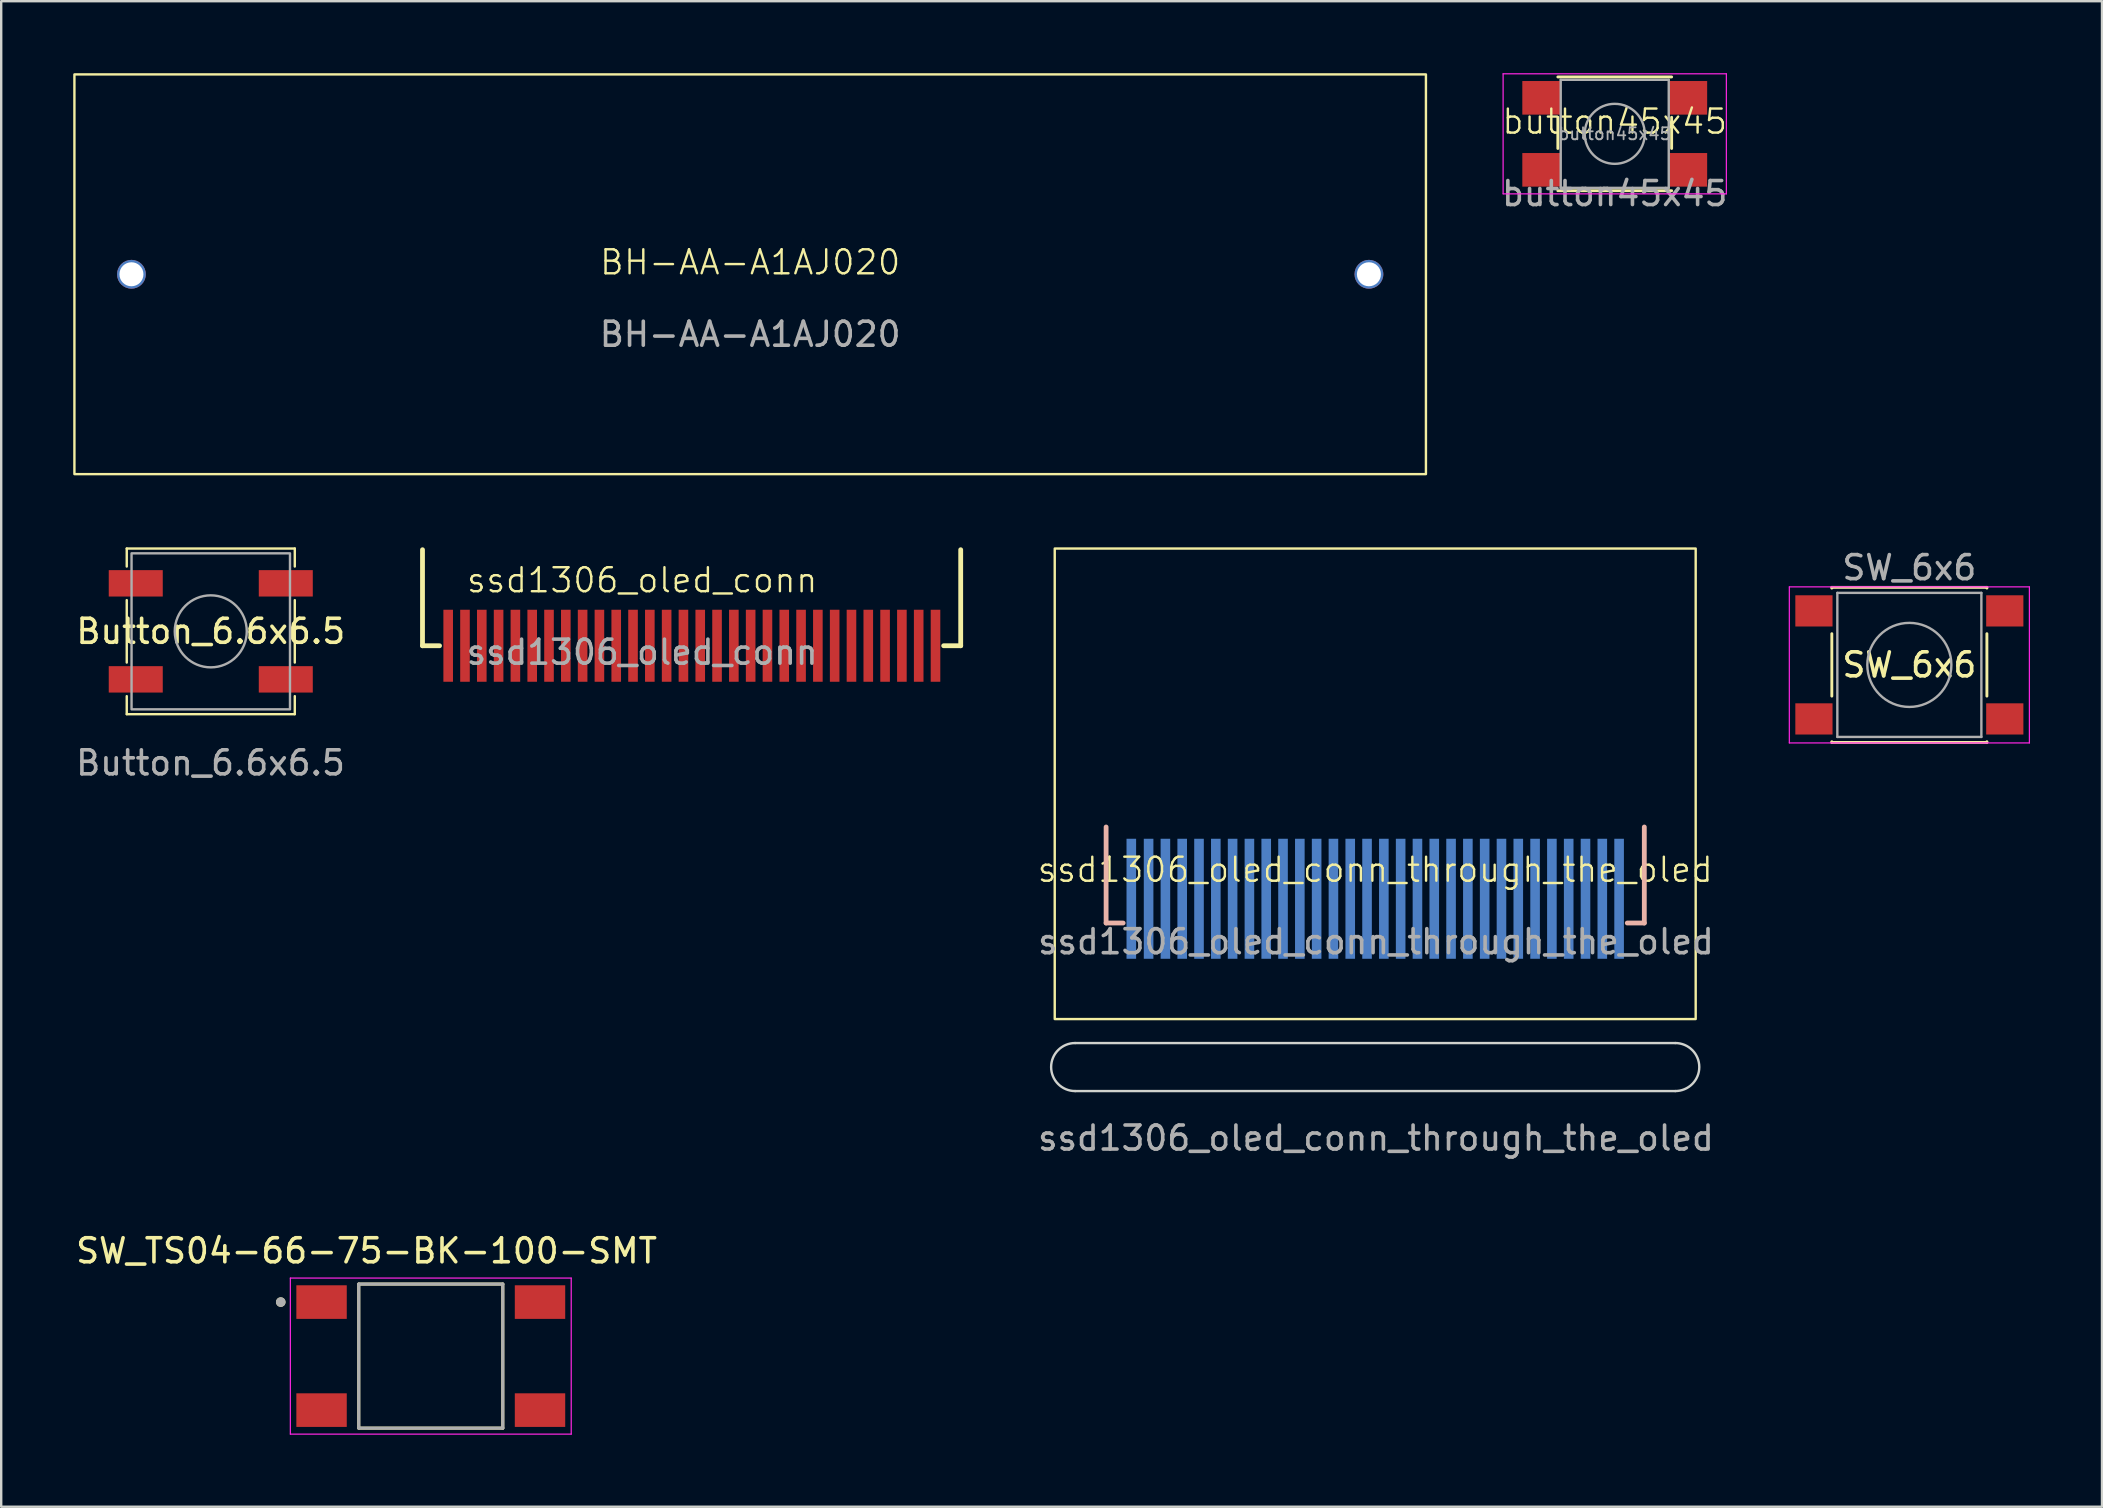
<source format=kicad_pcb>
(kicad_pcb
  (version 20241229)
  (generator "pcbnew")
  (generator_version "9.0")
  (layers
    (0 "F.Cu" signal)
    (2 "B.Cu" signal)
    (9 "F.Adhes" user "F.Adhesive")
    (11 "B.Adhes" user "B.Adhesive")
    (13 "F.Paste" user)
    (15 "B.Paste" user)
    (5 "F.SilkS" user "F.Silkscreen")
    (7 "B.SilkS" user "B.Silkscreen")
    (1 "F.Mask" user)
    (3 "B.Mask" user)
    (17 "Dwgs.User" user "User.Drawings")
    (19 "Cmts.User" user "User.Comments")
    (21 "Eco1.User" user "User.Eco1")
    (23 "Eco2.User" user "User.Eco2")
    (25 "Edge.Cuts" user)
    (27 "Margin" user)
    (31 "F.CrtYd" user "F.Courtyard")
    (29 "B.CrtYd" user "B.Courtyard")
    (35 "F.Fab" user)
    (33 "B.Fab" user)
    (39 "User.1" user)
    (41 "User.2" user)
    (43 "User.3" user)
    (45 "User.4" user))
  (footprint "button45x45"
    (layer "F.Cu")
    (at 64.215 2.515)
    (property "Reference" "button45x45" (at 0 -0.5 0) (unlocked yes) (layer "F.SilkS") (effects (font (size 1 1) (thickness 0.1))))
    (attr smd)
    (fp_line (start -2.37 -2.36) (end 2.37 -2.36) (stroke (width 0.12) (type solid)) (layer "F.SilkS"))
    (fp_line (start -2.37 0.62) (end -2.37 -0.68) (stroke (width 0.12) (type solid)) (layer "F.SilkS"))
    (fp_line (start -2.37 2.38) (end 2.37 2.38) (stroke (width 0.12) (type solid)) (layer "F.SilkS"))
    (fp_line (start 2.37 0.62) (end 2.37 -0.68) (stroke (width 0.12) (type solid)) (layer "F.SilkS"))
    (fp_line (start -4.65 -2.49) (end 4.65 -2.49) (stroke (width 0.05) (type solid)) (layer "F.CrtYd"))
    (fp_line (start -4.65 2.51) (end -4.65 -2.49) (stroke (width 0.05) (type solid)) (layer "F.CrtYd"))
    (fp_line (start 4.65 -2.49) (end 4.65 2.51) (stroke (width 0.05) (type solid)) (layer "F.CrtYd"))
    (fp_line (start 4.65 2.51) (end -4.65 2.51) (stroke (width 0.05) (type solid)) (layer "F.CrtYd"))
    (fp_line (start -2.25 -2.24) (end 2.25 -2.24) (stroke (width 0.1) (type solid)) (layer "F.Fab"))
    (fp_line (start -2.25 2.26) (end -2.25 -2.24) (stroke (width 0.1) (type solid)) (layer "F.Fab"))
    (fp_line (start 2.25 -2.24) (end 2.25 2.26) (stroke (width 0.1) (type solid)) (layer "F.Fab"))
    (fp_line (start 2.25 2.26) (end -2.25 2.26) (stroke (width 0.1) (type solid)) (layer "F.Fab"))
    (fp_circle (center 0 0.01) (end 1.25 0.01) (stroke (width 0.1) (type solid)) (fill no) (layer "F.Fab"))
    (fp_text user "${REFERENCE}" (at 0 2.5 0) (unlocked yes) (layer "F.Fab") (effects (font (size 1 1) (thickness 0.15))))
    (fp_text user "${REFERENCE}" (at 0 0.01 0) (layer "F.Fab") (effects (font (size 0.5 0.5) (thickness 0.075))))
    (pad "1" smd rect (at -3.05 -1.49) (size 1.6 1.4) (layers "F.Cu" "F.Mask" "F.Paste"))
    (pad "1" smd rect (at 3.05 -1.49) (size 1.6 1.4) (layers "F.Cu" "F.Mask" "F.Paste"))
    (pad "2" smd rect (at -3.05 1.51) (size 1.6 1.4) (layers "F.Cu" "F.Mask" "F.Paste"))
    (pad "2" smd rect (at 3.05 1.51) (size 1.6 1.4) (layers "F.Cu" "F.Mask" "F.Paste")))
  (footprint "SW_6x6"
    (layer "F.Cu")
    (at 76.488 24.648)
    (property "Reference" "SW_6x6" (at 0 0 180) (layer "F.SilkS") (effects (font (size 1 1) (thickness 0.15))))
    (attr smd)
    (fp_line (start -3.23 -3.23) (end 3.23 -3.23) (stroke (width 0.12) (type solid)) (layer "F.SilkS"))
    (fp_line (start -3.23 -3.2) (end -3.23 -3.23) (stroke (width 0.12) (type solid)) (layer "F.SilkS"))
    (fp_line (start -3.23 -1.3) (end -3.23 1.3) (stroke (width 0.12) (type solid)) (layer "F.SilkS"))
    (fp_line (start -3.23 3.23) (end -3.23 3.2) (stroke (width 0.12) (type solid)) (layer "F.SilkS"))
    (fp_line (start -3.23 3.23) (end 3.23 3.23) (stroke (width 0.12) (type solid)) (layer "F.SilkS"))
    (fp_line (start 3.23 -3.23) (end 3.23 -3.2) (stroke (width 0.12) (type solid)) (layer "F.SilkS"))
    (fp_line (start 3.23 -1.3) (end 3.23 1.3) (stroke (width 0.12) (type solid)) (layer "F.SilkS"))
    (fp_line (start 3.23 3.23) (end 3.23 3.2) (stroke (width 0.12) (type solid)) (layer "F.SilkS"))
    (fp_line (start -5 -3.25) (end -5 3.25) (stroke (width 0.05) (type solid)) (layer "F.CrtYd"))
    (fp_line (start -5 -3.25) (end 5 -3.25) (stroke (width 0.05) (type solid)) (layer "F.CrtYd"))
    (fp_line (start -5 3.25) (end 5 3.25) (stroke (width 0.05) (type solid)) (layer "F.CrtYd"))
    (fp_line (start 5 3.25) (end 5 -3.25) (stroke (width 0.05) (type solid)) (layer "F.CrtYd"))
    (fp_line (start -3 -3) (end -3 3) (stroke (width 0.1) (type solid)) (layer "F.Fab"))
    (fp_line (start -3 3) (end 3 3) (stroke (width 0.1) (type solid)) (layer "F.Fab"))
    (fp_line (start 3 -3) (end -3 -3) (stroke (width 0.1) (type solid)) (layer "F.Fab"))
    (fp_line (start 3 3) (end 3 -3) (stroke (width 0.1) (type solid)) (layer "F.Fab"))
    (fp_circle (center 0 0) (end 1.75 -0.05) (stroke (width 0.1) (type solid)) (fill no) (layer "F.Fab"))
    (fp_text user "${REFERENCE}" (at 0 -4.05 180) (layer "F.Fab") (effects (font (size 1 1) (thickness 0.15))))
    (pad "1" smd rect (at -3.975 -2.25) (size 1.55 1.3) (layers "F.Cu" "F.Mask" "F.Paste"))
    (pad "1" smd rect (at 3.975 -2.25) (size 1.55 1.3) (layers "F.Cu" "F.Mask" "F.Paste"))
    (pad "2" smd rect (at -3.975 2.25) (size 1.55 1.3) (layers "F.Cu" "F.Mask" "F.Paste"))
    (pad "2" smd rect (at 3.975 2.25) (size 1.55 1.3) (layers "F.Cu" "F.Mask" "F.Paste")))
  (footprint "Button_6.6x6.5"
    (layer "F.Cu")
    (at 5.73 23.25)
    (property "Reference" "Button_6.6x6.5" (at 0 0 0) (unlocked yes) (layer "F.SilkS") (effects (font (size 1 1) (thickness 0.15))))
    (attr smd)
    (fp_line (start -3.5 -3.45) (end 3.5 -3.45) (stroke (width 0.1) (type default)) (layer "F.SilkS"))
    (fp_line (start -3.5 -2.7) (end -3.5 -3.45) (stroke (width 0.1) (type default)) (layer "F.SilkS"))
    (fp_line (start -3.5 -1.3) (end -3.5 1.3) (stroke (width 0.1) (type default)) (layer "F.SilkS"))
    (fp_line (start -3.5 2.7) (end -3.5 3.45) (stroke (width 0.1) (type default)) (layer "F.SilkS"))
    (fp_line (start -3.5 3.45) (end 3.5 3.45) (stroke (width 0.1) (type default)) (layer "F.SilkS"))
    (fp_line (start 3.5 -3.45) (end 3.5 -2.7) (stroke (width 0.1) (type default)) (layer "F.SilkS"))
    (fp_line (start 3.5 -1.3) (end 3.5 1.3) (stroke (width 0.1) (type default)) (layer "F.SilkS"))
    (fp_line (start 3.5 3.45) (end 3.5 2.7) (stroke (width 0.1) (type default)) (layer "F.SilkS"))
    (fp_rect (start -3.3 -3.25) (end 3.3 3.25) (stroke (width 0.1) (type default)) (fill no) (layer "F.Fab"))
    (fp_circle (center 0 0) (end 1.5 0) (stroke (width 0.1) (type default)) (fill no) (layer "F.Fab"))
    (fp_text user "${REFERENCE}" (at -0.01 5.48 0) (unlocked yes) (layer "F.Fab") (effects (font (size 1 1) (thickness 0.15))))
    (pad "1" smd rect (at -3.125 -2) (size 2.25 1.1) (layers "F.Cu" "F.Mask" "F.Paste"))
    (pad "1" smd rect (at 3.125 -2) (size 2.25 1.1) (layers "F.Cu" "F.Mask" "F.Paste"))
    (pad "2" smd rect (at -3.125 2) (size 2.25 1.1) (layers "F.Cu" "F.Mask" "F.Paste"))
    (pad "2" smd rect (at 3.125 2) (size 2.25 1.1) (layers "F.Cu" "F.Mask" "F.Paste")))
  (footprint "ssd1306_oled_conn_through_the_oled"
    (layer "F.Cu")
    (at 54.267 33.68)
    (property "Reference" "ssd1306_oled_conn_through_the_oled" (at -0.03 -0.5 0) (unlocked yes) (layer "F.SilkS") (effects (font (size 1 1) (thickness 0.1))))
    (attr smd)
    (fp_rect (start -13.38 -13.88) (end 13.32 5.72) (stroke (width 0.1) (type default)) (fill no) (layer "F.SilkS"))
    (fp_line (start -11.24 1.72) (end -11.24 -2.28) (stroke (width 0.2) (type default)) (layer "B.SilkS"))
    (fp_line (start -10.53 1.72) (end -11.24 1.72) (stroke (width 0.2) (type default)) (layer "B.SilkS"))
    (fp_line (start 10.47 1.72) (end 11.18 1.72) (stroke (width 0.2) (type default)) (layer "B.SilkS"))
    (fp_line (start 11.18 1.72) (end 11.18 -2.28) (stroke (width 0.2) (type default)) (layer "B.SilkS"))
    (fp_line (start -12.53 6.72) (end 12.47 6.72) (stroke (width 0.1) (type default)) (layer "Edge.Cuts"))
    (fp_line (start 12.47 8.72) (end -12.53 8.72) (stroke (width 0.1) (type default)) (layer "Edge.Cuts"))
    (fp_arc (start -12.53 8.72) (mid -13.53 7.72) (end -12.53 6.72) (stroke (width 0.1) (type default)) (layer "Edge.Cuts"))
    (fp_arc (start 12.47 6.72) (mid 13.47 7.72) (end 12.47 8.72) (stroke (width 0.1) (type default)) (layer "Edge.Cuts"))
    (fp_text user "${REFERENCE}" (at 0 10.68 0) (unlocked yes) (layer "F.Fab") (effects (font (size 1 1) (thickness 0.15))))
    (fp_text user "${REFERENCE}" (at 0 2.5 0) (unlocked yes) (layer "F.Fab") (effects (font (size 1 1) (thickness 0.15))))
    (pad "1" smd rect (at -10.19 0.71) (size 0.4 5) (layers "B.Cu" "B.Mask" "B.Paste"))
    (pad "2" smd rect (at -9.47 0.71) (size 0.4 5) (layers "B.Cu" "B.Mask" "B.Paste"))
    (pad "3" smd rect (at -8.77 0.71) (size 0.4 5) (layers "B.Cu" "B.Mask" "B.Paste"))
    (pad "4" smd rect (at -8.07 0.71) (size 0.4 5) (layers "B.Cu" "B.Mask" "B.Paste"))
    (pad "5" smd rect (at -7.37 0.71) (size 0.4 5) (layers "B.Cu" "B.Mask" "B.Paste"))
    (pad "6" smd rect (at -6.67 0.71) (size 0.4 5) (layers "B.Cu" "B.Mask" "B.Paste"))
    (pad "7" smd rect (at -5.97 0.71) (size 0.4 5) (layers "B.Cu" "B.Mask" "B.Paste"))
    (pad "8" smd rect (at -5.27 0.71) (size 0.4 5) (layers "B.Cu" "B.Mask" "B.Paste"))
    (pad "9" smd rect (at -4.57 0.71) (size 0.4 5) (layers "B.Cu" "B.Mask" "B.Paste"))
    (pad "10" smd rect (at -3.87 0.71) (size 0.4 5) (layers "B.Cu" "B.Mask" "B.Paste"))
    (pad "11" smd rect (at -3.17 0.71) (size 0.4 5) (layers "B.Cu" "B.Mask" "B.Paste"))
    (pad "12" smd rect (at -2.47 0.71) (size 0.4 5) (layers "B.Cu" "B.Mask" "B.Paste"))
    (pad "13" smd rect (at -1.77 0.71) (size 0.4 5) (layers "B.Cu" "B.Mask" "B.Paste"))
    (pad "14" smd rect (at -1.07 0.71) (size 0.4 5) (layers "B.Cu" "B.Mask" "B.Paste"))
    (pad "15" smd rect (at -0.37 0.71) (size 0.4 5) (layers "B.Cu" "B.Mask" "B.Paste"))
    (pad "16" smd rect (at 0.33 0.71) (size 0.4 5) (layers "B.Cu" "B.Mask" "B.Paste"))
    (pad "17" smd rect (at 1.03 0.71) (size 0.4 5) (layers "B.Cu" "B.Mask" "B.Paste"))
    (pad "18" smd rect (at 1.73 0.71) (size 0.4 5) (layers "B.Cu" "B.Mask" "B.Paste"))
    (pad "19" smd rect (at 2.43 0.71) (size 0.4 5) (layers "B.Cu" "B.Mask" "B.Paste"))
    (pad "20" smd rect (at 3.13 0.71) (size 0.4 5) (layers "B.Cu" "B.Mask" "B.Paste"))
    (pad "21" smd rect (at 3.83 0.71) (size 0.4 5) (layers "B.Cu" "B.Mask" "B.Paste"))
    (pad "22" smd rect (at 4.53 0.71) (size 0.4 5) (layers "B.Cu" "B.Mask" "B.Paste"))
    (pad "23" smd rect (at 5.23 0.71) (size 0.4 5) (layers "B.Cu" "B.Mask" "B.Paste"))
    (pad "24" smd rect (at 5.93 0.71) (size 0.4 5) (layers "B.Cu" "B.Mask" "B.Paste"))
    (pad "25" smd rect (at 6.63 0.71) (size 0.4 5) (layers "B.Cu" "B.Mask" "B.Paste"))
    (pad "26" smd rect (at 7.33 0.71) (size 0.4 5) (layers "B.Cu" "B.Mask" "B.Paste"))
    (pad "27" smd rect (at 8.03 0.71) (size 0.4 5) (layers "B.Cu" "B.Mask" "B.Paste"))
    (pad "28" smd rect (at 8.73 0.71) (size 0.4 5) (layers "B.Cu" "B.Mask" "B.Paste"))
    (pad "29" smd rect (at 9.43 0.71) (size 0.4 5) (layers "B.Cu" "B.Mask" "B.Paste"))
    (pad "30" smd rect (at 10.13 0.71) (size 0.4 5) (layers "B.Cu" "B.Mask" "B.Paste")))
  (footprint "BH-AA-A1AJ020"
    (layer "F.Cu")
    (at 28.2 8.375)
    (property "Reference" "BH-AA-A1AJ020" (at 0 -0.5 0) (unlocked yes) (layer "F.SilkS") (effects (font (size 1 1) (thickness 0.1))))
    (attr smd)
    (fp_rect (start -28.15 -8.325) (end 28.15 8.325) (stroke (width 0.1) (type default)) (fill no) (layer "F.SilkS"))
    (fp_text user "${REFERENCE}" (at 0 2.5 0) (unlocked yes) (layer "F.Fab") (effects (font (size 1 1) (thickness 0.15))))
    (pad "1" thru_hole circle (at 25.775 0) (size 1.2 1.2) (drill 1) (layers "*.Cu" "*.Mask"))
    (pad "2" thru_hole circle (at -25.775 0) (size 1.2 1.2) (drill 1) (layers "*.Cu" "*.Mask")))
  (footprint "SW_TS04-66-75-BK-100-SMT"
    (layer "F.Cu")
    (at 14.895 53.441)
    (property "Reference" "SW_TS04-66-75-BK-100-SMT" (at -2.675 -4.385 0) (layer "F.SilkS") (effects (font (size 1 1) (thickness 0.15))))
    (attr smd)
    (fp_line (start -3 -3) (end -3 3) (stroke (width 0.127) (type solid)) (layer "F.SilkS"))
    (fp_line (start -3 3) (end 3 3) (stroke (width 0.127) (type solid)) (layer "F.SilkS"))
    (fp_line (start 3 -3) (end -3 -3) (stroke (width 0.127) (type solid)) (layer "F.SilkS"))
    (fp_line (start 3 3) (end 3 -3) (stroke (width 0.127) (type solid)) (layer "F.SilkS"))
    (fp_circle (center -6.25 -2.25) (end -6.15 -2.25) (stroke (width 0.2) (type solid)) (fill no) (layer "F.SilkS"))
    (fp_line (start -5.85 -3.25) (end -5.85 3.25) (stroke (width 0.05) (type solid)) (layer "F.CrtYd"))
    (fp_line (start -5.85 3.25) (end 5.85 3.25) (stroke (width 0.05) (type solid)) (layer "F.CrtYd"))
    (fp_line (start 5.85 -3.25) (end -5.85 -3.25) (stroke (width 0.05) (type solid)) (layer "F.CrtYd"))
    (fp_line (start 5.85 3.25) (end 5.85 -3.25) (stroke (width 0.05) (type solid)) (layer "F.CrtYd"))
    (fp_line (start -3 -3) (end -3 3) (stroke (width 0.127) (type solid)) (layer "F.Fab"))
    (fp_line (start -3 3) (end 3 3) (stroke (width 0.127) (type solid)) (layer "F.Fab"))
    (fp_line (start 3 -3) (end -3 -3) (stroke (width 0.127) (type solid)) (layer "F.Fab"))
    (fp_line (start 3 3) (end 3 -3) (stroke (width 0.127) (type solid)) (layer "F.Fab"))
    (fp_circle (center -6.25 -2.25) (end -6.15 -2.25) (stroke (width 0.2) (type solid)) (fill no) (layer "F.Fab"))
    (pad "1" smd rect (at -4.55 -2.25) (size 2.1 1.4) (layers "F.Cu" "F.Mask" "F.Paste"))
    (pad "2" smd rect (at -4.55 2.25) (size 2.1 1.4) (layers "F.Cu" "F.Mask" "F.Paste"))
    (pad "3" smd rect (at 4.55 -2.25) (size 2.1 1.4) (layers "F.Cu" "F.Mask" "F.Paste"))
    (pad "4" smd rect (at 4.55 2.25) (size 2.1 1.4) (layers "F.Cu" "F.Mask" "F.Paste")))
  (footprint "ssd1306_oled_conn"
    (layer "F.Cu")
    (at 23.7 21.62)
    (property "Reference" "ssd1306_oled_conn" (at 0 -0.5 0) (unlocked yes) (layer "F.SilkS") (effects (font (size 1 1) (thickness 0.1))))
    (attr smd)
    (fp_line (start -9.15 2.23) (end -9.15 -1.77) (stroke (width 0.2) (type default)) (layer "F.SilkS"))
    (fp_line (start -8.44 2.23) (end -9.15 2.23) (stroke (width 0.2) (type default)) (layer "F.SilkS"))
    (fp_line (start 12.56 2.23) (end 13.27 2.23) (stroke (width 0.2) (type default)) (layer "F.SilkS"))
    (fp_line (start 13.27 2.23) (end 13.27 -1.77) (stroke (width 0.2) (type default)) (layer "F.SilkS"))
    (fp_text user "${REFERENCE}" (at 0 2.5 0) (unlocked yes) (layer "F.Fab") (effects (font (size 1 1) (thickness 0.15))))
    (pad "1" smd rect (at -8.08 2.23) (size 0.4 3) (layers "F.Cu" "F.Mask" "F.Paste"))
    (pad "2" smd rect (at -7.38 2.23) (size 0.4 3) (layers "F.Cu" "F.Mask" "F.Paste"))
    (pad "3" smd rect (at -6.68 2.23) (size 0.4 3) (layers "F.Cu" "F.Mask" "F.Paste"))
    (pad "4" smd rect (at -5.98 2.23) (size 0.4 3) (layers "F.Cu" "F.Mask" "F.Paste"))
    (pad "5" smd rect (at -5.28 2.23) (size 0.4 3) (layers "F.Cu" "F.Mask" "F.Paste"))
    (pad "6" smd rect (at -4.58 2.23) (size 0.4 3) (layers "F.Cu" "F.Mask" "F.Paste"))
    (pad "7" smd rect (at -3.88 2.23) (size 0.4 3) (layers "F.Cu" "F.Mask" "F.Paste"))
    (pad "8" smd rect (at -3.18 2.23) (size 0.4 3) (layers "F.Cu" "F.Mask" "F.Paste"))
    (pad "9" smd rect (at -2.48 2.23) (size 0.4 3) (layers "F.Cu" "F.Mask" "F.Paste"))
    (pad "10" smd rect (at -1.78 2.23) (size 0.4 3) (layers "F.Cu" "F.Mask" "F.Paste"))
    (pad "11" smd rect (at -1.08 2.23) (size 0.4 3) (layers "F.Cu" "F.Mask" "F.Paste"))
    (pad "12" smd rect (at -0.38 2.23) (size 0.4 3) (layers "F.Cu" "F.Mask" "F.Paste"))
    (pad "13" smd rect (at 0.32 2.23) (size 0.4 3) (layers "F.Cu" "F.Mask" "F.Paste"))
    (pad "14" smd rect (at 1.02 2.23) (size 0.4 3) (layers "F.Cu" "F.Mask" "F.Paste"))
    (pad "15" smd rect (at 1.72 2.23) (size 0.4 3) (layers "F.Cu" "F.Mask" "F.Paste"))
    (pad "16" smd rect (at 2.42 2.23) (size 0.4 3) (layers "F.Cu" "F.Mask" "F.Paste"))
    (pad "17" smd rect (at 3.12 2.23) (size 0.4 3) (layers "F.Cu" "F.Mask" "F.Paste"))
    (pad "18" smd rect (at 3.82 2.23) (size 0.4 3) (layers "F.Cu" "F.Mask" "F.Paste"))
    (pad "19" smd rect (at 4.52 2.23) (size 0.4 3) (layers "F.Cu" "F.Mask" "F.Paste"))
    (pad "20" smd rect (at 5.22 2.23) (size 0.4 3) (layers "F.Cu" "F.Mask" "F.Paste"))
    (pad "21" smd rect (at 5.92 2.23) (size 0.4 3) (layers "F.Cu" "F.Mask" "F.Paste"))
    (pad "22" smd rect (at 6.62 2.23) (size 0.4 3) (layers "F.Cu" "F.Mask" "F.Paste"))
    (pad "23" smd rect (at 7.32 2.23) (size 0.4 3) (layers "F.Cu" "F.Mask" "F.Paste"))
    (pad "24" smd rect (at 8.02 2.23) (size 0.4 3) (layers "F.Cu" "F.Mask" "F.Paste"))
    (pad "25" smd rect (at 8.72 2.23) (size 0.4 3) (layers "F.Cu" "F.Mask" "F.Paste"))
    (pad "26" smd rect (at 9.42 2.23) (size 0.4 3) (layers "F.Cu" "F.Mask" "F.Paste"))
    (pad "27" smd rect (at 10.12 2.23) (size 0.4 3) (layers "F.Cu" "F.Mask" "F.Paste"))
    (pad "28" smd rect (at 10.82 2.23) (size 0.4 3) (layers "F.Cu" "F.Mask" "F.Paste"))
    (pad "29" smd rect (at 11.52 2.23) (size 0.4 3) (layers "F.Cu" "F.Mask" "F.Paste"))
    (pad "30" smd rect (at 12.22 2.23) (size 0.4 3) (layers "F.Cu" "F.Mask" "F.Paste")))
  (gr_rect
    (start -3 -3)
    (end 84.513 59.717)
    (stroke (width 0.1) (type default))
    (fill no)
    (layer "Edge.Cuts")))
</source>
